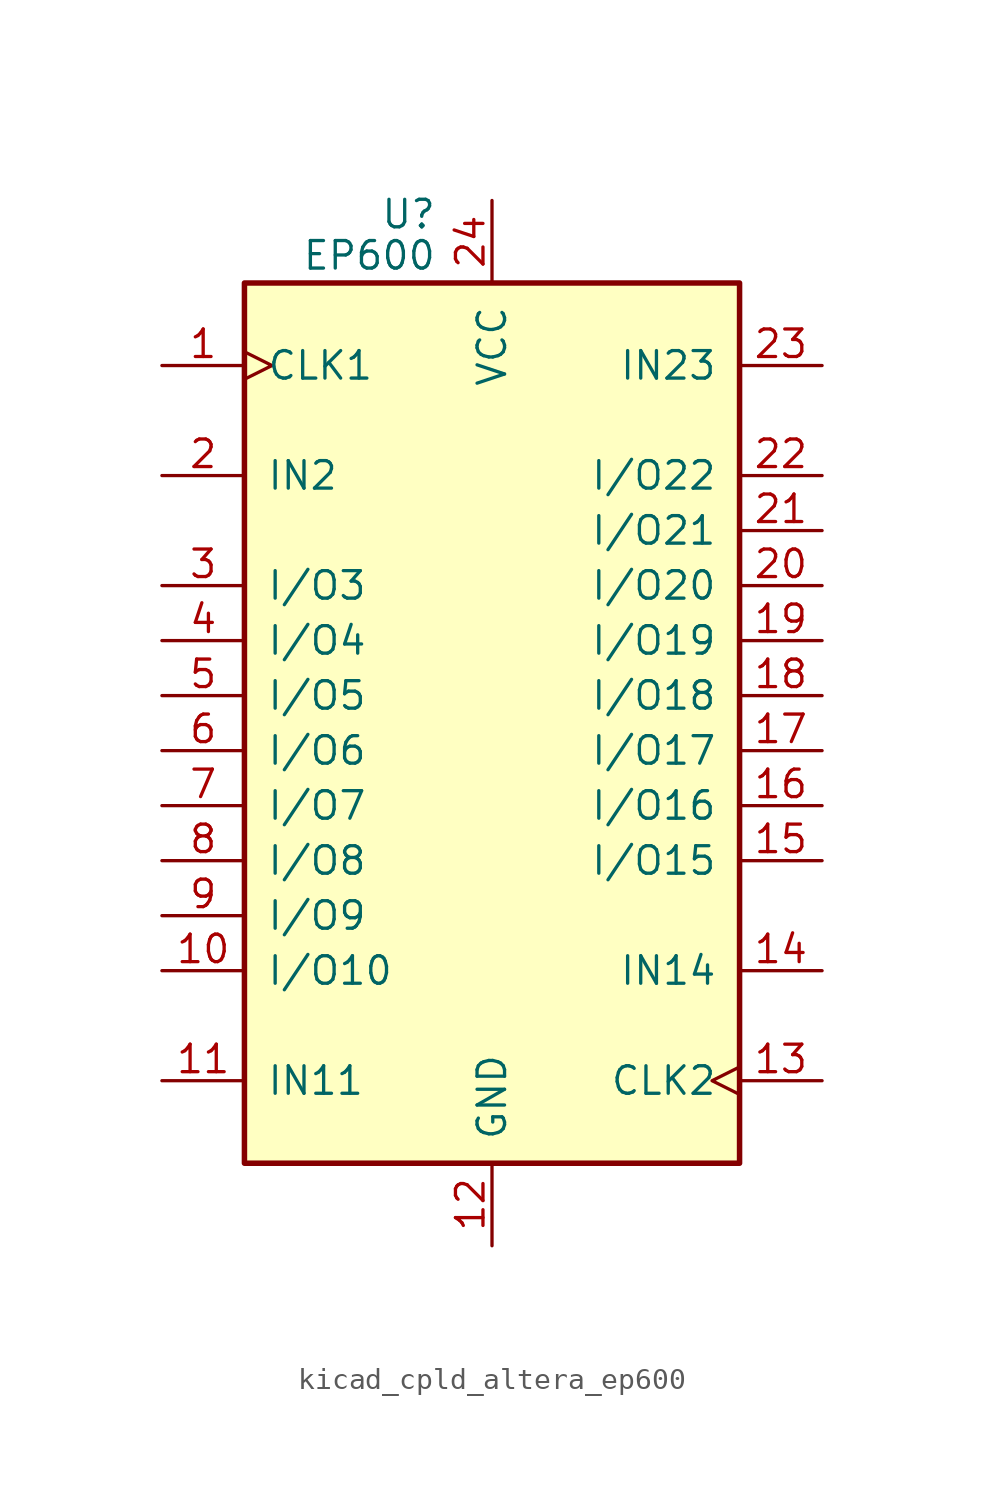
<source format=kicad_sym>
(kicad_symbol_lib
  (version 20220914)
  (generator kicad_symbol_editor)
  (symbol "kicad_cpld_altera_ep600"
    (pin_names
      (offset 1.016))
    (property "Reference" "U"
      (at -2.54 24.765 0)
      (effects (font (size 1.27 1.27)) (justify right)))
    (property "Value" "EP600"
      (at -2.54 22.86 0)
      (effects (font (size 1.27 1.27)) (justify right)))
    (symbol "kicad_cpld_altera_ep600_0_1"
      (rectangle (start -11.43 -19.05) (end 11.43 21.59) (stroke (width 0.254) (type default)) (fill (type background))))
    (symbol "kicad_cpld_altera_ep600_1_1"
      (pin input clock (at -15.24 17.78 0) (length 3.81) (name "CLK1" (effects (font (size 1.27 1.27)))) (number "1" (effects (font (size 1.27 1.27)))))
      (pin passive line (at -15.24 -10.16 0) (length 3.81) (name "I/O10" (effects (font (size 1.27 1.27)))) (number "10" (effects (font (size 1.27 1.27)))))
      (pin input line (at -15.24 -15.24 0) (length 3.81) (name "IN11" (effects (font (size 1.27 1.27)))) (number "11" (effects (font (size 1.27 1.27)))))
      (pin power_in line (at 0 -22.86 90) (length 3.81) (name "GND" (effects (font (size 1.27 1.27)))) (number "12" (effects (font (size 1.27 1.27)))))
      (pin input clock (at 15.24 -15.24 180) (length 3.81) (name "CLK2" (effects (font (size 1.27 1.27)))) (number "13" (effects (font (size 1.27 1.27)))))
      (pin input line (at 15.24 -10.16 180) (length 3.81) (name "IN14" (effects (font (size 1.27 1.27)))) (number "14" (effects (font (size 1.27 1.27)))))
      (pin passive line (at 15.24 -5.08 180) (length 3.81) (name "I/O15" (effects (font (size 1.27 1.27)))) (number "15" (effects (font (size 1.27 1.27)))))
      (pin passive line (at 15.24 -2.54 180) (length 3.81) (name "I/O16" (effects (font (size 1.27 1.27)))) (number "16" (effects (font (size 1.27 1.27)))))
      (pin passive line (at 15.24 0 180) (length 3.81) (name "I/O17" (effects (font (size 1.27 1.27)))) (number "17" (effects (font (size 1.27 1.27)))))
      (pin passive line (at 15.24 2.54 180) (length 3.81) (name "I/O18" (effects (font (size 1.27 1.27)))) (number "18" (effects (font (size 1.27 1.27)))))
      (pin passive line (at 15.24 5.08 180) (length 3.81) (name "I/O19" (effects (font (size 1.27 1.27)))) (number "19" (effects (font (size 1.27 1.27)))))
      (pin input line (at -15.24 12.7 0) (length 3.81) (name "IN2" (effects (font (size 1.27 1.27)))) (number "2" (effects (font (size 1.27 1.27)))))
      (pin passive line (at 15.24 7.62 180) (length 3.81) (name "I/O20" (effects (font (size 1.27 1.27)))) (number "20" (effects (font (size 1.27 1.27)))))
      (pin passive line (at 15.24 10.16 180) (length 3.81) (name "I/O21" (effects (font (size 1.27 1.27)))) (number "21" (effects (font (size 1.27 1.27)))))
      (pin passive line (at 15.24 12.7 180) (length 3.81) (name "I/O22" (effects (font (size 1.27 1.27)))) (number "22" (effects (font (size 1.27 1.27)))))
      (pin input line (at 15.24 17.78 180) (length 3.81) (name "IN23" (effects (font (size 1.27 1.27)))) (number "23" (effects (font (size 1.27 1.27)))))
      (pin power_in line (at 0 25.4 270) (length 3.81) (name "VCC" (effects (font (size 1.27 1.27)))) (number "24" (effects (font (size 1.27 1.27)))))
      (pin passive line (at -15.24 7.62 0) (length 3.81) (name "I/O3" (effects (font (size 1.27 1.27)))) (number "3" (effects (font (size 1.27 1.27)))))
      (pin passive line (at -15.24 5.08 0) (length 3.81) (name "I/O4" (effects (font (size 1.27 1.27)))) (number "4" (effects (font (size 1.27 1.27)))))
      (pin passive line (at -15.24 2.54 0) (length 3.81) (name "I/O5" (effects (font (size 1.27 1.27)))) (number "5" (effects (font (size 1.27 1.27)))))
      (pin passive line (at -15.24 0 0) (length 3.81) (name "I/O6" (effects (font (size 1.27 1.27)))) (number "6" (effects (font (size 1.27 1.27)))))
      (pin passive line (at -15.24 -2.54 0) (length 3.81) (name "I/O7" (effects (font (size 1.27 1.27)))) (number "7" (effects (font (size 1.27 1.27)))))
      (pin passive line (at -15.24 -5.08 0) (length 3.81) (name "I/O8" (effects (font (size 1.27 1.27)))) (number "8" (effects (font (size 1.27 1.27)))))
      (pin passive line (at -15.24 -7.62 0) (length 3.81) (name "I/O9" (effects (font (size 1.27 1.27)))) (number "9" (effects (font (size 1.27 1.27))))))))
</source>
